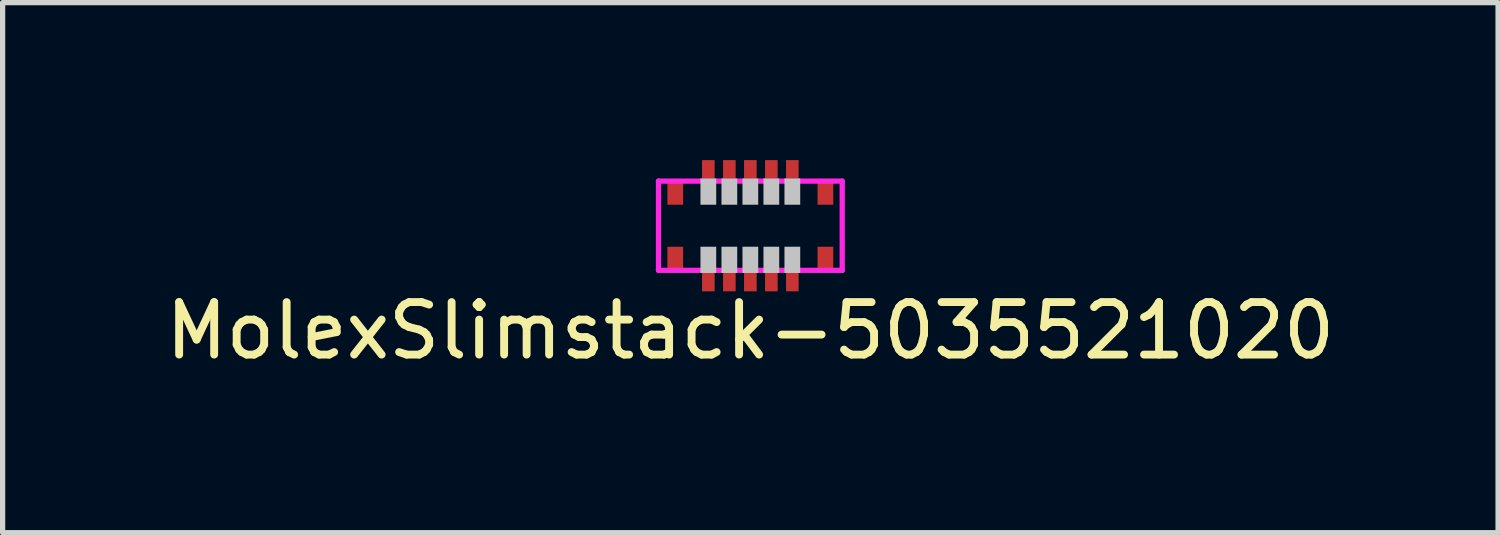
<source format=kicad_pcb>
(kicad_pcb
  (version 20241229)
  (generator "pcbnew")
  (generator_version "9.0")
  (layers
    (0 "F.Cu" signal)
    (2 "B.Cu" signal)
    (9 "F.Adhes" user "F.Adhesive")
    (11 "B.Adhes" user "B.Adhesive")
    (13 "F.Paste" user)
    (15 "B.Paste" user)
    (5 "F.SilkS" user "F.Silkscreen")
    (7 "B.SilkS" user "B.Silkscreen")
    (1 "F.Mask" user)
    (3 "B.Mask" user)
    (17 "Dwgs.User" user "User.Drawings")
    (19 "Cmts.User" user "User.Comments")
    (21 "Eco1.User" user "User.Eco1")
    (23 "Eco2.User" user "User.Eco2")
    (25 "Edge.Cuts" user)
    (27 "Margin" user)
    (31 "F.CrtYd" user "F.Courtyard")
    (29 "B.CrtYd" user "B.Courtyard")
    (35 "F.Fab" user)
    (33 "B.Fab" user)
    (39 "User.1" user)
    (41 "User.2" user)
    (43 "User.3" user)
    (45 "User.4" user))
  (footprint "MolexSlimstack-5035521020"
    (layer "F.Cu")
    (at 11.244 1.25)
    (property "Reference" "MolexSlimstack-5035521020" (at 0 2 0) (layer "F.SilkS") (effects (font (size 1 1) (thickness 0.15))))
    (attr through_hole)
    (fp_line (start -1.75 -0.85) (end -1.75 0.85) (stroke (width 0.1) (type solid)) (layer "F.CrtYd"))
    (fp_line (start -1.75 0.85) (end 1.75 0.85) (stroke (width 0.1) (type solid)) (layer "F.CrtYd"))
    (fp_line (start 1.75 -0.85) (end -1.75 -0.85) (stroke (width 0.1) (type solid)) (layer "F.CrtYd"))
    (fp_line (start 1.75 0.85) (end 1.75 -0.85) (stroke (width 0.1) (type solid)) (layer "F.CrtYd"))
    (pad "" smd rect (at -1.43 -0.61 180) (size 0.3 0.42) (layers "F.Cu" "F.Mask" "F.Paste"))
    (pad "" smd rect (at -1.43 0.61 180) (size 0.3 0.42) (layers "F.Cu" "F.Mask" "F.Paste"))
    (pad "" smd rect (at -0.8 -0.65 180) (size 0.3 0.5) (layers "Dwgs.User"))
    (pad "" smd rect (at -0.8 0.65) (size 0.3 0.5) (layers "Dwgs.User"))
    (pad "" smd rect (at -0.4 -0.65 180) (size 0.3 0.5) (layers "Dwgs.User"))
    (pad "" smd rect (at -0.4 0.65) (size 0.3 0.5) (layers "Dwgs.User"))
    (pad "" smd rect (at 0 -0.65 180) (size 0.3 0.5) (layers "Dwgs.User"))
    (pad "" smd rect (at 0 0.65) (size 0.3 0.5) (layers "Dwgs.User"))
    (pad "" smd rect (at 0.4 -0.65 180) (size 0.3 0.5) (layers "Dwgs.User"))
    (pad "" smd rect (at 0.4 0.65) (size 0.3 0.5) (layers "Dwgs.User"))
    (pad "" smd rect (at 0.8 -0.65 180) (size 0.3 0.5) (layers "Dwgs.User"))
    (pad "" smd rect (at 0.8 0.65) (size 0.3 0.5) (layers "Dwgs.User"))
    (pad "" smd rect (at 1.43 -0.61) (size 0.3 0.42) (layers "F.Cu" "F.Mask" "F.Paste"))
    (pad "" smd rect (at 1.43 0.61) (size 0.3 0.42) (layers "F.Cu" "F.Mask" "F.Paste"))
    (pad "1" smd rect (at -0.8 1.075 180) (size 0.24 0.35) (layers "F.Cu" "F.Mask" "F.Paste"))
    (pad "2" smd rect (at -0.8 -1.075) (size 0.24 0.35) (layers "F.Cu" "F.Mask" "F.Paste"))
    (pad "3" smd rect (at -0.4 1.075 180) (size 0.24 0.35) (layers "F.Cu" "F.Mask" "F.Paste"))
    (pad "4" smd rect (at -0.4 -1.075) (size 0.24 0.35) (layers "F.Cu" "F.Mask" "F.Paste"))
    (pad "5" smd rect (at 0 1.075 180) (size 0.24 0.35) (layers "F.Cu" "F.Mask" "F.Paste"))
    (pad "6" smd rect (at 0 -1.075) (size 0.24 0.35) (layers "F.Cu" "F.Mask" "F.Paste"))
    (pad "7" smd rect (at 0.4 1.075 180) (size 0.24 0.35) (layers "F.Cu" "F.Mask" "F.Paste"))
    (pad "8" smd rect (at 0.4 -1.075) (size 0.24 0.35) (layers "F.Cu" "F.Mask" "F.Paste"))
    (pad "9" smd rect (at 0.8 1.075 180) (size 0.24 0.35) (layers "F.Cu" "F.Mask" "F.Paste"))
    (pad "10" smd rect (at 0.8 -1.075) (size 0.24 0.35) (layers "F.Cu" "F.Mask" "F.Paste")))
  (gr_rect
    (start -3 -3)
    (end 25.488 7.098)
    (stroke (width 0.1) (type default))
    (fill no)
    (layer "Edge.Cuts")))
</source>
